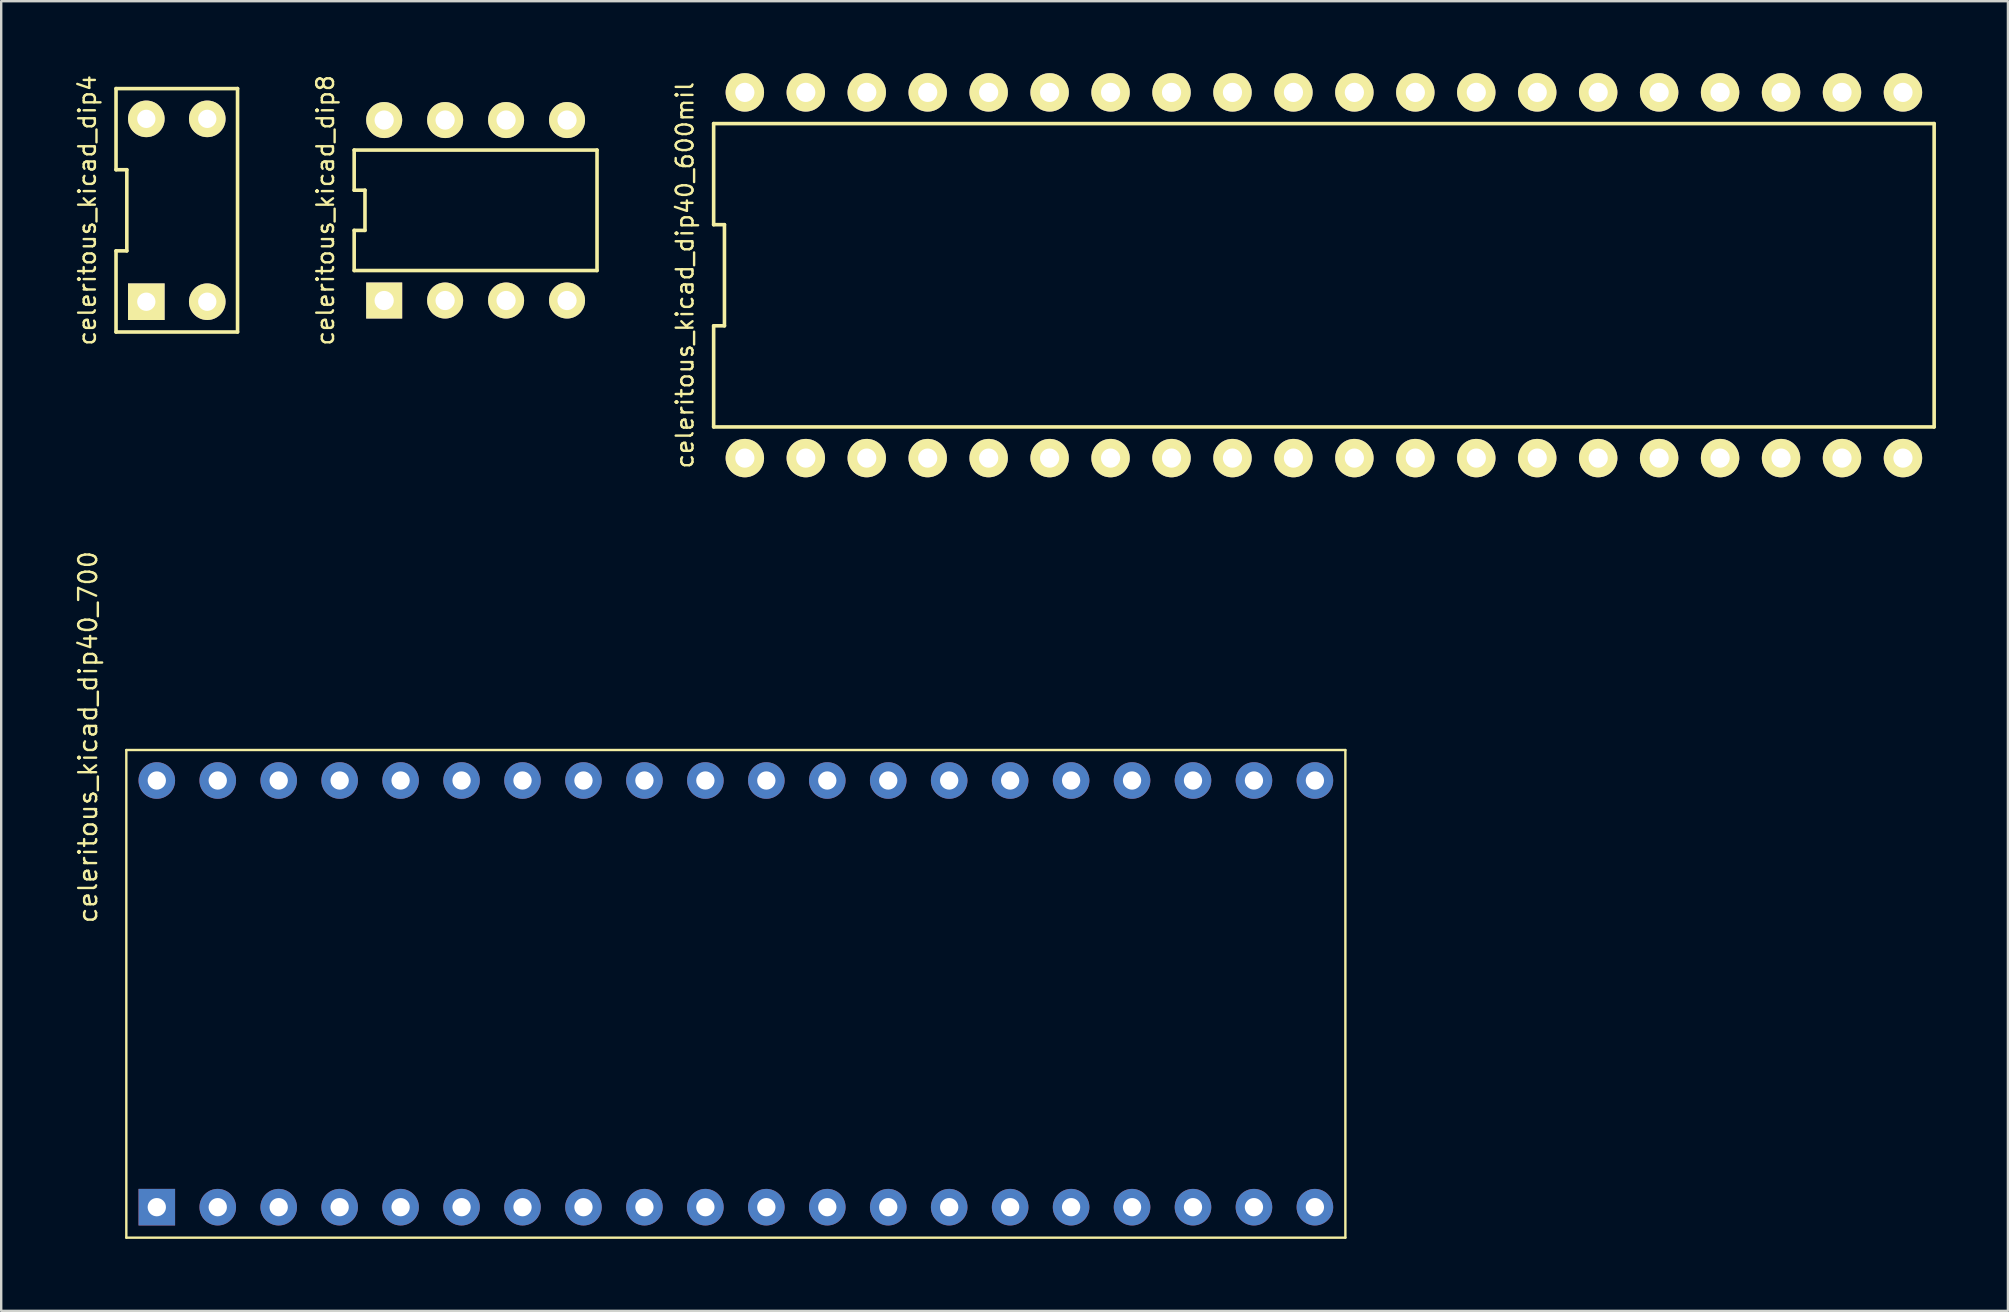
<source format=kicad_pcb>
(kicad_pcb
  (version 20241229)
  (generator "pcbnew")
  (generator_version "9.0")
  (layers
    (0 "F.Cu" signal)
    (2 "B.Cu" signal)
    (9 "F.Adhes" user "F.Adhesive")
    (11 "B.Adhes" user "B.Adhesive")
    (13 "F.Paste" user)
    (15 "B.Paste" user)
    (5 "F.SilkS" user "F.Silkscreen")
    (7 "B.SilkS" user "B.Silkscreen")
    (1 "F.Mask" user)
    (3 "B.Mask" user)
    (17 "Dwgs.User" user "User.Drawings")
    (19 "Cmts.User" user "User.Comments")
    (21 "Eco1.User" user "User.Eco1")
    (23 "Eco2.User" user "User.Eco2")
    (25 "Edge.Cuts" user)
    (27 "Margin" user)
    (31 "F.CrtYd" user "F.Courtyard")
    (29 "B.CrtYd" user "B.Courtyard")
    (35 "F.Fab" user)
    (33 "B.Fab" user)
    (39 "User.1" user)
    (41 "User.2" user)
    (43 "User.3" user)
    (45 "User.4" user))
  (footprint "celeritous_kicad_dip8"
    (layer "F.Cu")
    (at 16.769 5.713)
    (property "Reference" "celeritous_kicad_dip8" (at -6.26 0 90) (layer "F.SilkS") (effects (font (size 0.7 0.7) (thickness 0.1))))
    (attr through_hole)
    (fp_line (start -5.06 -2.51) (end -5.06 -0.837) (stroke (width 0.15) (type solid)) (layer "F.SilkS"))
    (fp_line (start -5.06 -0.837) (end -4.61 -0.837) (stroke (width 0.15) (type solid)) (layer "F.SilkS"))
    (fp_line (start -5.06 0.837) (end -5.06 2.51) (stroke (width 0.15) (type solid)) (layer "F.SilkS"))
    (fp_line (start -5.06 2.51) (end 5.06 2.51) (stroke (width 0.15) (type solid)) (layer "F.SilkS"))
    (fp_line (start -4.61 -0.837) (end -4.61 0.837) (stroke (width 0.15) (type solid)) (layer "F.SilkS"))
    (fp_line (start -4.61 0.837) (end -5.06 0.837) (stroke (width 0.15) (type solid)) (layer "F.SilkS"))
    (fp_line (start 5.06 -2.51) (end -5.06 -2.51) (stroke (width 0.15) (type solid)) (layer "F.SilkS"))
    (fp_line (start 5.06 2.51) (end 5.06 -2.51) (stroke (width 0.15) (type solid)) (layer "F.SilkS"))
    (pad "1" thru_hole rect (at -3.81 3.76) (size 1.5 1.5) (drill 0.8) (layers "*.Cu" "*.Mask" "F.SilkS"))
    (pad "2" thru_hole circle (at -1.27 3.76) (size 1.5 1.5) (drill 0.8) (layers "*.Cu" "*.Mask" "F.SilkS"))
    (pad "3" thru_hole circle (at 1.27 3.76) (size 1.5 1.5) (drill 0.8) (layers "*.Cu" "*.Mask" "F.SilkS"))
    (pad "4" thru_hole circle (at 3.81 3.76) (size 1.5 1.5) (drill 0.8) (layers "*.Cu" "*.Mask" "F.SilkS"))
    (pad "5" thru_hole circle (at 3.81 -3.76) (size 1.5 1.5) (drill 0.8) (layers "*.Cu" "*.Mask" "F.SilkS"))
    (pad "6" thru_hole circle (at 1.27 -3.76) (size 1.5 1.5) (drill 0.8) (layers "*.Cu" "*.Mask" "F.SilkS"))
    (pad "7" thru_hole circle (at -1.27 -3.76) (size 1.5 1.5) (drill 0.8) (layers "*.Cu" "*.Mask" "F.SilkS"))
    (pad "8" thru_hole circle (at -3.81 -3.76) (size 1.5 1.5) (drill 0.8) (layers "*.Cu" "*.Mask" "F.SilkS")))
  (footprint "celeritous_kicad_dip40_600mil"
    (layer "F.Cu")
    (at 52.119 8.42)
    (property "Reference" "celeritous_kicad_dip40_600mil" (at -26.63 0 90) (layer "F.SilkS") (effects (font (size 0.7 0.7) (thickness 0.1))))
    (attr through_hole)
    (fp_line (start -25.43 -6.32) (end -25.43 -2.107) (stroke (width 0.15) (type solid)) (layer "F.SilkS"))
    (fp_line (start -25.43 -2.107) (end -24.98 -2.107) (stroke (width 0.15) (type solid)) (layer "F.SilkS"))
    (fp_line (start -25.43 2.107) (end -25.43 6.32) (stroke (width 0.15) (type solid)) (layer "F.SilkS"))
    (fp_line (start -25.43 6.32) (end 25.43 6.32) (stroke (width 0.15) (type solid)) (layer "F.SilkS"))
    (fp_line (start -24.98 -2.107) (end -24.98 2.107) (stroke (width 0.15) (type solid)) (layer "F.SilkS"))
    (fp_line (start -24.98 2.107) (end -25.43 2.107) (stroke (width 0.15) (type solid)) (layer "F.SilkS"))
    (fp_line (start 25.43 -6.32) (end -25.43 -6.32) (stroke (width 0.15) (type solid)) (layer "F.SilkS"))
    (fp_line (start 25.43 6.32) (end 25.43 -6.32) (stroke (width 0.15) (type solid)) (layer "F.SilkS"))
    (pad "1" thru_hole circle (at -24.13 7.62) (size 1.6 1.6) (drill 0.8) (layers "*.Cu" "*.Mask" "F.SilkS"))
    (pad "2" thru_hole circle (at -21.59 7.62) (size 1.6 1.6) (drill 0.8) (layers "*.Cu" "*.Mask" "F.SilkS"))
    (pad "3" thru_hole circle (at -19.05 7.62) (size 1.6 1.6) (drill 0.8) (layers "*.Cu" "*.Mask" "F.SilkS"))
    (pad "4" thru_hole circle (at -16.51 7.62) (size 1.6 1.6) (drill 0.8) (layers "*.Cu" "*.Mask" "F.SilkS"))
    (pad "5" thru_hole circle (at -13.97 7.62) (size 1.6 1.6) (drill 0.8) (layers "*.Cu" "*.Mask" "F.SilkS"))
    (pad "6" thru_hole circle (at -11.43 7.62) (size 1.6 1.6) (drill 0.8) (layers "*.Cu" "*.Mask" "F.SilkS"))
    (pad "7" thru_hole circle (at -8.89 7.62) (size 1.6 1.6) (drill 0.8) (layers "*.Cu" "*.Mask" "F.SilkS"))
    (pad "8" thru_hole circle (at -6.35 7.62) (size 1.6 1.6) (drill 0.8) (layers "*.Cu" "*.Mask" "F.SilkS"))
    (pad "9" thru_hole circle (at -3.81 7.62) (size 1.6 1.6) (drill 0.8) (layers "*.Cu" "*.Mask" "F.SilkS"))
    (pad "10" thru_hole circle (at -1.27 7.62) (size 1.6 1.6) (drill 0.8) (layers "*.Cu" "*.Mask" "F.SilkS"))
    (pad "11" thru_hole circle (at 1.27 7.62) (size 1.6 1.6) (drill 0.8) (layers "*.Cu" "*.Mask" "F.SilkS"))
    (pad "12" thru_hole circle (at 3.81 7.62) (size 1.6 1.6) (drill 0.8) (layers "*.Cu" "*.Mask" "F.SilkS"))
    (pad "13" thru_hole circle (at 6.35 7.62) (size 1.6 1.6) (drill 0.8) (layers "*.Cu" "*.Mask" "F.SilkS"))
    (pad "14" thru_hole circle (at 8.89 7.62) (size 1.6 1.6) (drill 0.8) (layers "*.Cu" "*.Mask" "F.SilkS"))
    (pad "15" thru_hole circle (at 11.43 7.62) (size 1.6 1.6) (drill 0.8) (layers "*.Cu" "*.Mask" "F.SilkS"))
    (pad "16" thru_hole circle (at 13.97 7.62) (size 1.6 1.6) (drill 0.8) (layers "*.Cu" "*.Mask" "F.SilkS"))
    (pad "17" thru_hole circle (at 16.51 7.62) (size 1.6 1.6) (drill 0.8) (layers "*.Cu" "*.Mask" "F.SilkS"))
    (pad "18" thru_hole circle (at 19.05 7.62) (size 1.6 1.6) (drill 0.8) (layers "*.Cu" "*.Mask" "F.SilkS"))
    (pad "19" thru_hole circle (at 21.59 7.62) (size 1.6 1.6) (drill 0.8) (layers "*.Cu" "*.Mask" "F.SilkS"))
    (pad "20" thru_hole circle (at 24.13 7.62) (size 1.6 1.6) (drill 0.8) (layers "*.Cu" "*.Mask" "F.SilkS"))
    (pad "21" thru_hole circle (at 24.13 -7.62) (size 1.6 1.6) (drill 0.8) (layers "*.Cu" "*.Mask" "F.SilkS"))
    (pad "22" thru_hole circle (at 21.59 -7.62) (size 1.6 1.6) (drill 0.8) (layers "*.Cu" "*.Mask" "F.SilkS"))
    (pad "23" thru_hole circle (at 19.05 -7.62) (size 1.6 1.6) (drill 0.8) (layers "*.Cu" "*.Mask" "F.SilkS"))
    (pad "24" thru_hole circle (at 16.51 -7.62) (size 1.6 1.6) (drill 0.8) (layers "*.Cu" "*.Mask" "F.SilkS"))
    (pad "25" thru_hole circle (at 13.97 -7.62) (size 1.6 1.6) (drill 0.8) (layers "*.Cu" "*.Mask" "F.SilkS"))
    (pad "26" thru_hole circle (at 11.43 -7.62) (size 1.6 1.6) (drill 0.8) (layers "*.Cu" "*.Mask" "F.SilkS"))
    (pad "27" thru_hole circle (at 8.89 -7.62) (size 1.6 1.6) (drill 0.8) (layers "*.Cu" "*.Mask" "F.SilkS"))
    (pad "28" thru_hole circle (at 6.35 -7.62) (size 1.6 1.6) (drill 0.8) (layers "*.Cu" "*.Mask" "F.SilkS"))
    (pad "29" thru_hole circle (at 3.81 -7.62) (size 1.6 1.6) (drill 0.8) (layers "*.Cu" "*.Mask" "F.SilkS"))
    (pad "30" thru_hole circle (at 1.27 -7.62) (size 1.6 1.6) (drill 0.8) (layers "*.Cu" "*.Mask" "F.SilkS"))
    (pad "31" thru_hole circle (at -1.27 -7.62) (size 1.6 1.6) (drill 0.8) (layers "*.Cu" "*.Mask" "F.SilkS"))
    (pad "32" thru_hole circle (at -3.81 -7.62) (size 1.6 1.6) (drill 0.8) (layers "*.Cu" "*.Mask" "F.SilkS"))
    (pad "33" thru_hole circle (at -6.35 -7.62) (size 1.6 1.6) (drill 0.8) (layers "*.Cu" "*.Mask" "F.SilkS"))
    (pad "34" thru_hole circle (at -8.89 -7.62) (size 1.6 1.6) (drill 0.8) (layers "*.Cu" "*.Mask" "F.SilkS"))
    (pad "35" thru_hole circle (at -11.43 -7.62) (size 1.6 1.6) (drill 0.8) (layers "*.Cu" "*.Mask" "F.SilkS"))
    (pad "36" thru_hole circle (at -13.97 -7.62) (size 1.6 1.6) (drill 0.8) (layers "*.Cu" "*.Mask" "F.SilkS"))
    (pad "37" thru_hole circle (at -16.51 -7.62) (size 1.6 1.6) (drill 0.8) (layers "*.Cu" "*.Mask" "F.SilkS"))
    (pad "38" thru_hole circle (at -19.05 -7.62) (size 1.6 1.6) (drill 0.8) (layers "*.Cu" "*.Mask" "F.SilkS"))
    (pad "39" thru_hole circle (at -21.59 -7.62) (size 1.6 1.6) (drill 0.8) (layers "*.Cu" "*.Mask" "F.SilkS"))
    (pad "40" thru_hole circle (at -24.13 -7.62) (size 1.6 1.6) (drill 0.8) (layers "*.Cu" "*.Mask" "F.SilkS")))
  (footprint "celeritous_kicad_dip4"
    (layer "F.Cu")
    (at 4.317 5.713)
    (property "Reference" "celeritous_kicad_dip4" (at -3.732 0 90) (layer "F.SilkS") (effects (font (size 0.7 0.7) (thickness 0.1))))
    (attr through_hole)
    (fp_line (start -2.532 -1.691) (end -2.082 -1.691) (stroke (width 0.15) (type solid)) (layer "F.SilkS"))
    (fp_line (start -2.532 1.691) (end -2.532 5.072) (stroke (width 0.15) (type solid)) (layer "F.SilkS"))
    (fp_line (start -2.532 5.072) (end 2.532 5.072) (stroke (width 0.15) (type solid)) (layer "F.SilkS"))
    (fp_line (start -2.532 -5.072) (end -2.532 -1.691) (stroke (width 0.15) (type solid)) (layer "F.SilkS"))
    (fp_line (start -2.082 -1.691) (end -2.082 1.691) (stroke (width 0.15) (type solid)) (layer "F.SilkS"))
    (fp_line (start -2.082 1.691) (end -2.532 1.691) (stroke (width 0.15) (type solid)) (layer "F.SilkS"))
    (fp_line (start 2.532 5.072) (end 2.532 -5.072) (stroke (width 0.15) (type solid)) (layer "F.SilkS"))
    (fp_line (start 2.532 -5.072) (end -2.532 -5.072) (stroke (width 0.15) (type solid)) (layer "F.SilkS"))
    (pad "1" thru_hole rect (at -1.27 3.81) (size 1.524 1.524) (drill 0.762) (layers "*.Cu" "*.Mask" "F.SilkS"))
    (pad "2" thru_hole circle (at 1.27 3.81) (size 1.524 1.524) (drill 0.762) (layers "*.Cu" "*.Mask" "F.SilkS"))
    (pad "3" thru_hole circle (at 1.27 -3.81) (size 1.524 1.524) (drill 0.762) (layers "*.Cu" "*.Mask" "F.SilkS"))
    (pad "4" thru_hole circle (at -1.27 -3.81) (size 1.524 1.524) (drill 0.762) (layers "*.Cu" "*.Mask" "F.SilkS")))
  (footprint "celeritous_kicad_dip40_700"
    (layer "F.Cu")
    (at 27.614 38.365)
    (property "Reference" "celeritous_kicad_dip40_700" (at -27 -10.7 270) (layer "F.SilkS") (effects (font (size 0.75 0.75) (thickness 0.1))))
    (attr through_hole)
    (fp_line (start -25.4 -10.16) (end -25.4 10.16) (stroke (width 0.1) (type solid)) (layer "F.SilkS"))
    (fp_line (start -25.4 10.16) (end 25.4 10.16) (stroke (width 0.1) (type solid)) (layer "F.SilkS"))
    (fp_line (start 25.4 -10.16) (end -25.4 -10.16) (stroke (width 0.1) (type solid)) (layer "F.SilkS"))
    (fp_line (start 25.4 -10.16) (end 25.4 10.16) (stroke (width 0.1) (type solid)) (layer "F.SilkS"))
    (pad "1" thru_hole rect (at -24.13 8.89) (size 1.524 1.524) (drill 0.762) (layers "*.Cu" "*.Mask"))
    (pad "2" thru_hole circle (at -21.59 8.89) (size 1.524 1.524) (drill 0.762) (layers "*.Cu" "*.Mask"))
    (pad "3" thru_hole circle (at -19.05 8.89) (size 1.524 1.524) (drill 0.762) (layers "*.Cu" "*.Mask"))
    (pad "4" thru_hole circle (at -16.51 8.89) (size 1.524 1.524) (drill 0.762) (layers "*.Cu" "*.Mask"))
    (pad "5" thru_hole circle (at -13.97 8.89) (size 1.524 1.524) (drill 0.762) (layers "*.Cu" "*.Mask"))
    (pad "6" thru_hole circle (at -11.43 8.89) (size 1.524 1.524) (drill 0.762) (layers "*.Cu" "*.Mask"))
    (pad "7" thru_hole circle (at -8.89 8.89) (size 1.524 1.524) (drill 0.762) (layers "*.Cu" "*.Mask"))
    (pad "8" thru_hole circle (at -6.35 8.89) (size 1.524 1.524) (drill 0.762) (layers "*.Cu" "*.Mask"))
    (pad "9" thru_hole circle (at -3.81 8.89) (size 1.524 1.524) (drill 0.762) (layers "*.Cu" "*.Mask"))
    (pad "10" thru_hole circle (at -1.27 8.89) (size 1.524 1.524) (drill 0.762) (layers "*.Cu" "*.Mask"))
    (pad "11" thru_hole circle (at 1.27 8.89) (size 1.524 1.524) (drill 0.762) (layers "*.Cu" "*.Mask"))
    (pad "12" thru_hole circle (at 3.81 8.89) (size 1.524 1.524) (drill 0.762) (layers "*.Cu" "*.Mask"))
    (pad "13" thru_hole circle (at 6.35 8.89) (size 1.524 1.524) (drill 0.762) (layers "*.Cu" "*.Mask"))
    (pad "14" thru_hole circle (at 8.89 8.89) (size 1.524 1.524) (drill 0.762) (layers "*.Cu" "*.Mask"))
    (pad "15" thru_hole circle (at 11.43 8.89) (size 1.524 1.524) (drill 0.762) (layers "*.Cu" "*.Mask"))
    (pad "16" thru_hole circle (at 13.97 8.89) (size 1.524 1.524) (drill 0.762) (layers "*.Cu" "*.Mask"))
    (pad "17" thru_hole circle (at 16.51 8.89) (size 1.524 1.524) (drill 0.762) (layers "*.Cu" "*.Mask"))
    (pad "18" thru_hole circle (at 19.05 8.89) (size 1.524 1.524) (drill 0.762) (layers "*.Cu" "*.Mask"))
    (pad "19" thru_hole circle (at 21.59 8.89) (size 1.524 1.524) (drill 0.762) (layers "*.Cu" "*.Mask"))
    (pad "20" thru_hole circle (at 24.13 8.89) (size 1.524 1.524) (drill 0.762) (layers "*.Cu" "*.Mask"))
    (pad "21" thru_hole circle (at 24.13 -8.89) (size 1.524 1.524) (drill 0.762) (layers "*.Cu" "*.Mask"))
    (pad "22" thru_hole circle (at 21.59 -8.89) (size 1.524 1.524) (drill 0.762) (layers "*.Cu" "*.Mask"))
    (pad "23" thru_hole circle (at 19.05 -8.89) (size 1.524 1.524) (drill 0.762) (layers "*.Cu" "*.Mask"))
    (pad "24" thru_hole circle (at 16.51 -8.89) (size 1.524 1.524) (drill 0.762) (layers "*.Cu" "*.Mask"))
    (pad "25" thru_hole circle (at 13.97 -8.89) (size 1.524 1.524) (drill 0.762) (layers "*.Cu" "*.Mask"))
    (pad "26" thru_hole circle (at 11.43 -8.89) (size 1.524 1.524) (drill 0.762) (layers "*.Cu" "*.Mask"))
    (pad "27" thru_hole circle (at 8.89 -8.89) (size 1.524 1.524) (drill 0.762) (layers "*.Cu" "*.Mask"))
    (pad "28" thru_hole circle (at 6.35 -8.89) (size 1.524 1.524) (drill 0.762) (layers "*.Cu" "*.Mask"))
    (pad "29" thru_hole circle (at 3.81 -8.89) (size 1.524 1.524) (drill 0.762) (layers "*.Cu" "*.Mask"))
    (pad "30" thru_hole circle (at 1.27 -8.89) (size 1.524 1.524) (drill 0.762) (layers "*.Cu" "*.Mask"))
    (pad "31" thru_hole circle (at -1.27 -8.89) (size 1.524 1.524) (drill 0.762) (layers "*.Cu" "*.Mask"))
    (pad "32" thru_hole circle (at -3.81 -8.89) (size 1.524 1.524) (drill 0.762) (layers "*.Cu" "*.Mask"))
    (pad "33" thru_hole circle (at -6.35 -8.89) (size 1.524 1.524) (drill 0.762) (layers "*.Cu" "*.Mask"))
    (pad "34" thru_hole circle (at -8.89 -8.89) (size 1.524 1.524) (drill 0.762) (layers "*.Cu" "*.Mask"))
    (pad "35" thru_hole circle (at -11.43 -8.89) (size 1.524 1.524) (drill 0.762) (layers "*.Cu" "*.Mask"))
    (pad "36" thru_hole circle (at -13.97 -8.89) (size 1.524 1.524) (drill 0.762) (layers "*.Cu" "*.Mask"))
    (pad "37" thru_hole circle (at -16.51 -8.89) (size 1.524 1.524) (drill 0.762) (layers "*.Cu" "*.Mask"))
    (pad "38" thru_hole circle (at -19.05 -8.89) (size 1.524 1.524) (drill 0.762) (layers "*.Cu" "*.Mask"))
    (pad "39" thru_hole circle (at -21.59 -8.89) (size 1.524 1.524) (drill 0.762) (layers "*.Cu" "*.Mask"))
    (pad "40" thru_hole circle (at -24.13 -8.89) (size 1.524 1.524) (drill 0.762) (layers "*.Cu" "*.Mask")))
  (gr_rect
    (start -3 -3)
    (end 80.624 51.575)
    (stroke (width 0.1) (type default))
    (fill no)
    (layer "Edge.Cuts")))
</source>
